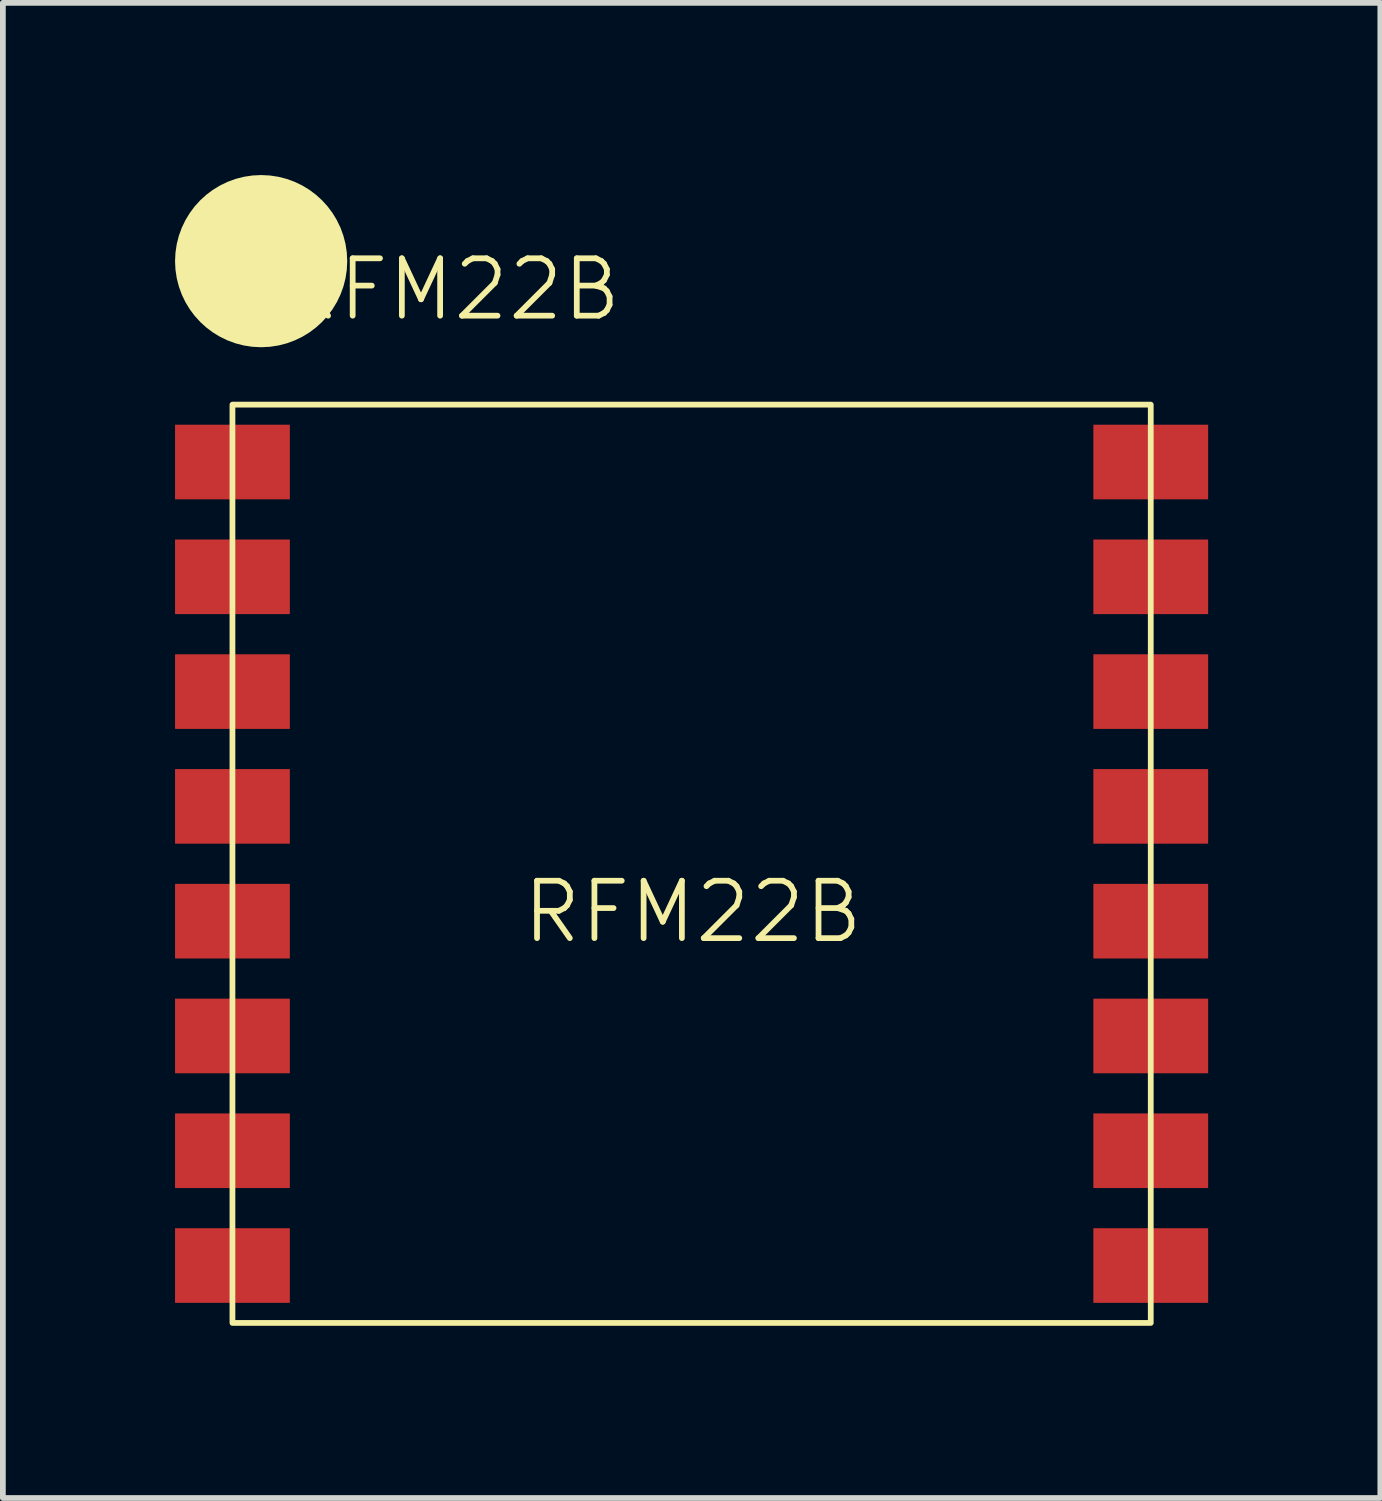
<source format=kicad_pcb>
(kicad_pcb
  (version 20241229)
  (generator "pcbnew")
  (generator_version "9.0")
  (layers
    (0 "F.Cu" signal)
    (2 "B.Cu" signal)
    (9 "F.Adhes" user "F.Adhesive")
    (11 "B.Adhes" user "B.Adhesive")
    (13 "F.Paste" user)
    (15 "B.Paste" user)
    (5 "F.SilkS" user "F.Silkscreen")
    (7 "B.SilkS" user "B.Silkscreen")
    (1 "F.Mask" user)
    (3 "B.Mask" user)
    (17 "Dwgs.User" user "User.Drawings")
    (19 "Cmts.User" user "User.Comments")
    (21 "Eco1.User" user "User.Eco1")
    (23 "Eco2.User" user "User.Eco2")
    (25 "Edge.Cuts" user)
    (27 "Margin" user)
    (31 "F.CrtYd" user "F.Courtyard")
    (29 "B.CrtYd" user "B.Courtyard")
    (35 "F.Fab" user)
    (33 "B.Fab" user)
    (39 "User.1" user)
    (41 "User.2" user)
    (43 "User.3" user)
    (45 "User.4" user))
  (footprint "RFM22B"
    (layer "F.Cu")
    (at 9 4)
    (property "Reference" "RFM22B" (at -4.191 -2.007 0) (unlocked yes) (layer "F.SilkS") (effects (font (size 1 1) (thickness 0.1))))
    (attr smd)
    (fp_rect (start -8 0) (end 8 16) (stroke (width 0.1) (type default)) (fill no) (layer "F.SilkS"))
    (fp_circle (center -7.5 -2.5) (end -6.75 -2.5) (stroke (width 1.5) (type default)) (fill no) (layer "F.SilkS"))
    (fp_text user "RFM22B" (at -2.997 9.423 0) (unlocked yes) (layer "F.SilkS") (effects (font (size 1 1) (thickness 0.1)) (justify left bottom)))
    (pad "1" smd rect (at -8 1) (size 2 1.3) (layers "F.Cu" "F.Mask" "F.Paste"))
    (pad "2" smd rect (at -8 3) (size 2 1.3) (layers "F.Cu" "F.Mask" "F.Paste"))
    (pad "3" smd rect (at -8 5) (size 2 1.3) (layers "F.Cu" "F.Mask" "F.Paste"))
    (pad "4" smd rect (at -8 7) (size 2 1.3) (layers "F.Cu" "F.Mask" "F.Paste"))
    (pad "5" smd rect (at -8 9) (size 2 1.3) (layers "F.Cu" "F.Mask" "F.Paste"))
    (pad "6" smd rect (at -8 11) (size 2 1.3) (layers "F.Cu" "F.Mask" "F.Paste"))
    (pad "7" smd rect (at -8 13) (size 2 1.3) (layers "F.Cu" "F.Mask" "F.Paste"))
    (pad "8" smd rect (at -8 15) (size 2 1.3) (layers "F.Cu" "F.Mask" "F.Paste"))
    (pad "9" smd rect (at 8 1) (size 2 1.3) (layers "F.Cu" "F.Mask" "F.Paste"))
    (pad "10" smd rect (at 8 3) (size 2 1.3) (layers "F.Cu" "F.Mask" "F.Paste"))
    (pad "11" smd rect (at 8 5) (size 2 1.3) (layers "F.Cu" "F.Mask" "F.Paste"))
    (pad "12" smd rect (at 8 7) (size 2 1.3) (layers "F.Cu" "F.Mask" "F.Paste"))
    (pad "13" smd rect (at 8 9) (size 2 1.3) (layers "F.Cu" "F.Mask" "F.Paste"))
    (pad "14" smd rect (at 8 11) (size 2 1.3) (layers "F.Cu" "F.Mask" "F.Paste"))
    (pad "15" smd rect (at 8 13) (size 2 1.3) (layers "F.Cu" "F.Mask" "F.Paste"))
    (pad "16" smd rect (at 8 15) (size 2 1.3) (layers "F.Cu" "F.Mask" "F.Paste")))
  (gr_rect
    (start -3 -3)
    (end 21 23.05)
    (stroke (width 0.1) (type default))
    (fill no)
    (layer "Edge.Cuts")))
</source>
